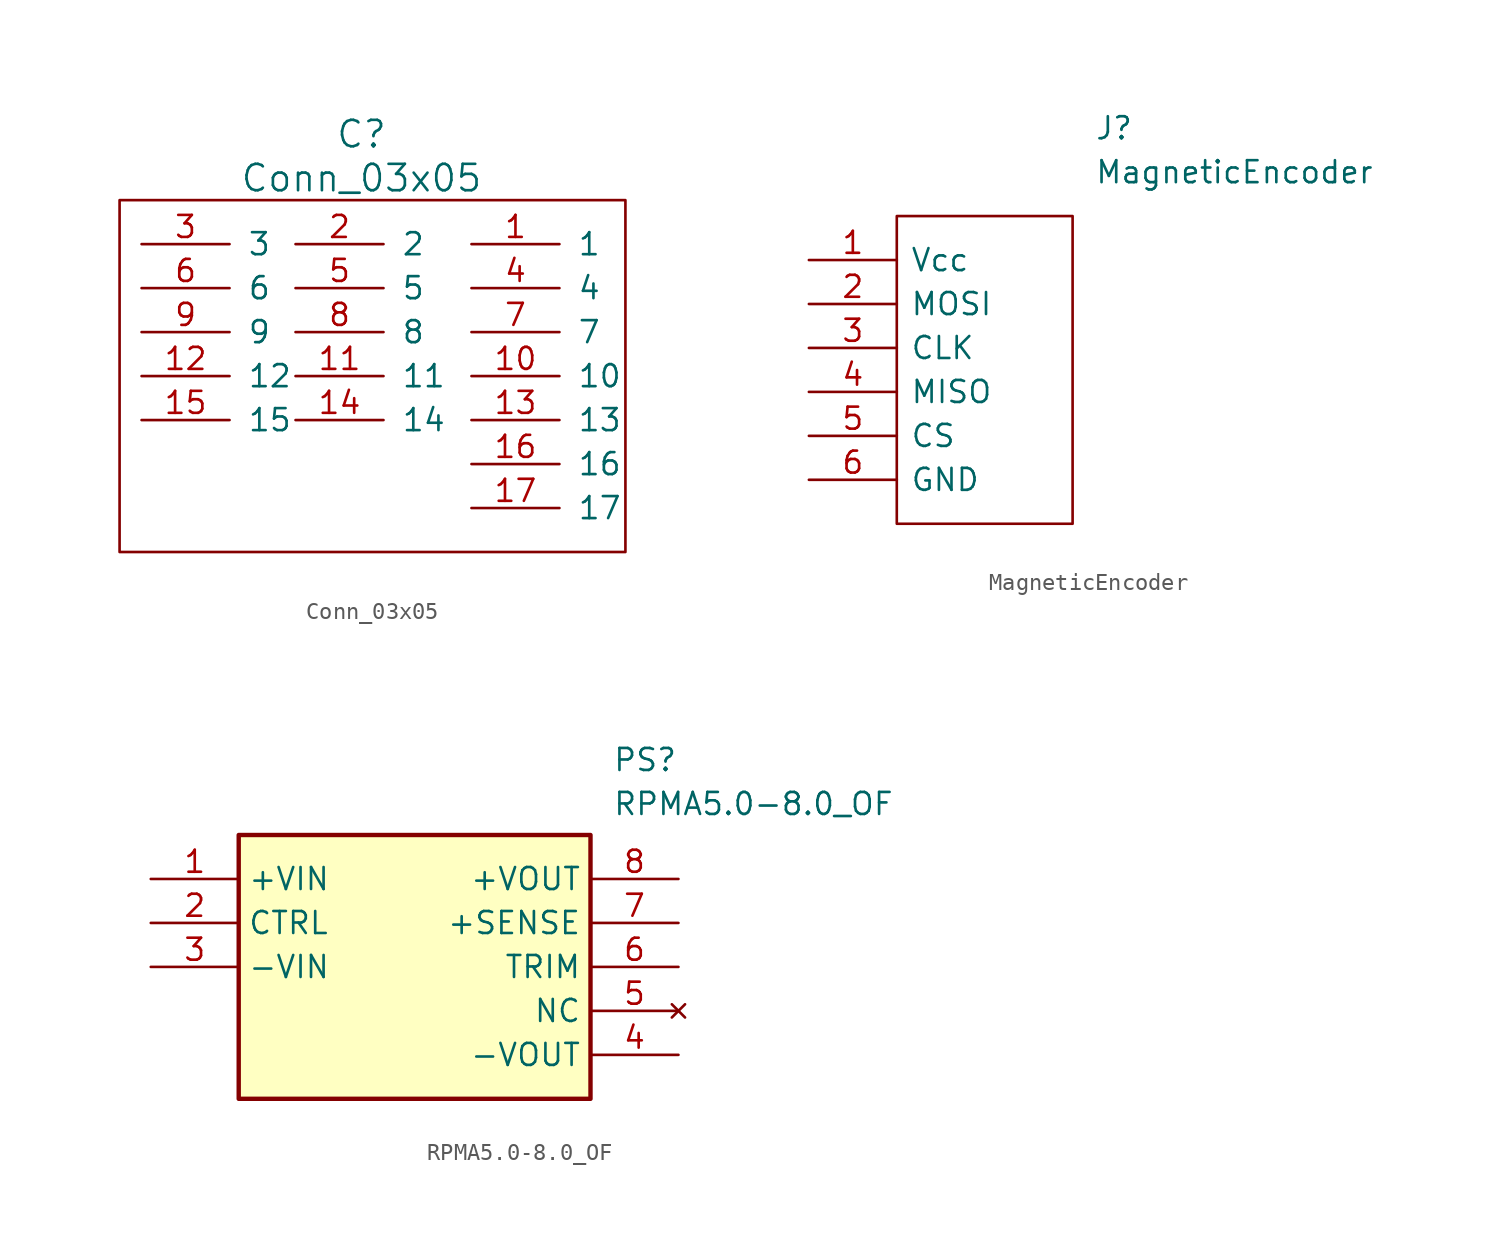
<source format=kicad_sym>
(kicad_symbol_lib
  (version 20211014)
  (generator kicad_symbol_editor)
  (symbol "Conn_03x05"
    (pin_names
      (offset 1.016))
    (property "Reference" "C"
      (at 0 2.54 0)
      (effects (font (size 1.524 1.524))))
    (property "Value" "Conn_03x05"
      (at 0 0 0)
      (effects (font (size 1.524 1.524))))
    (symbol "Conn_03x05_0_1"
      (rectangle (start -13.97 -1.27) (end 15.24 -21.59) (stroke (width 0) (type default) (color 0 0 0 0)) (fill (type none))))
    (symbol "Conn_03x05_1_1"
      (pin input line (at 6.35 -3.81 0) (length 5.08) (name "1" (effects (font (size 1.27 1.27)))) (number "1" (effects (font (size 1.27 1.27)))))
      (pin input line (at 6.35 -11.43 0) (length 5.08) (name "10" (effects (font (size 1.27 1.27)))) (number "10" (effects (font (size 1.27 1.27)))))
      (pin input line (at -3.81 -11.43 0) (length 5.08) (name "11" (effects (font (size 1.27 1.27)))) (number "11" (effects (font (size 1.27 1.27)))))
      (pin input line (at -12.7 -11.43 0) (length 5.08) (name "12" (effects (font (size 1.27 1.27)))) (number "12" (effects (font (size 1.27 1.27)))))
      (pin input line (at 6.35 -13.97 0) (length 5.08) (name "13" (effects (font (size 1.27 1.27)))) (number "13" (effects (font (size 1.27 1.27)))))
      (pin input line (at -3.81 -13.97 0) (length 5.08) (name "14" (effects (font (size 1.27 1.27)))) (number "14" (effects (font (size 1.27 1.27)))))
      (pin input line (at -12.7 -13.97 0) (length 5.08) (name "15" (effects (font (size 1.27 1.27)))) (number "15" (effects (font (size 1.27 1.27)))))
      (pin input line (at 6.35 -16.51 0) (length 5.08) (name "16" (effects (font (size 1.27 1.27)))) (number "16" (effects (font (size 1.27 1.27)))))
      (pin input line (at 6.35 -19.05 0) (length 5.08) (name "17" (effects (font (size 1.27 1.27)))) (number "17" (effects (font (size 1.27 1.27)))))
      (pin input line (at -3.81 -3.81 0) (length 5.08) (name "2" (effects (font (size 1.27 1.27)))) (number "2" (effects (font (size 1.27 1.27)))))
      (pin input line (at -12.7 -3.81 0) (length 5.08) (name "3" (effects (font (size 1.27 1.27)))) (number "3" (effects (font (size 1.27 1.27)))))
      (pin input line (at 6.35 -6.35 0) (length 5.08) (name "4" (effects (font (size 1.27 1.27)))) (number "4" (effects (font (size 1.27 1.27)))))
      (pin input line (at -3.81 -6.35 0) (length 5.08) (name "5" (effects (font (size 1.27 1.27)))) (number "5" (effects (font (size 1.27 1.27)))))
      (pin input line (at -12.7 -6.35 0) (length 5.08) (name "6" (effects (font (size 1.27 1.27)))) (number "6" (effects (font (size 1.27 1.27)))))
      (pin input line (at 6.35 -8.89 0) (length 5.08) (name "7" (effects (font (size 1.27 1.27)))) (number "7" (effects (font (size 1.27 1.27)))))
      (pin input line (at -3.81 -8.89 0) (length 5.08) (name "8" (effects (font (size 1.27 1.27)))) (number "8" (effects (font (size 1.27 1.27)))))
      (pin input line (at -12.7 -8.89 0) (length 5.08) (name "9" (effects (font (size 1.27 1.27)))) (number "9" (effects (font (size 1.27 1.27)))))))
  (symbol "MagneticEncoder"
    (pin_names
      (offset 0.762))
    (property "Reference" "J"
      (at 16.51 7.62 0)
      (effects (font (size 1.27 1.27)) (justify left)))
    (property "Value" "MagneticEncoder"
      (at 16.51 5.08 0)
      (effects (font (size 1.27 1.27)) (justify left)))
    (symbol "MagneticEncoder_0_0"
      (pin passive line (at 0 0 0) (length 5.08) (name "Vcc" (effects (font (size 1.27 1.27)))) (number "1" (effects (font (size 1.27 1.27)))))
      (pin passive line (at 0 -2.54 0) (length 5.08) (name "MOSI" (effects (font (size 1.27 1.27)))) (number "2" (effects (font (size 1.27 1.27)))))
      (pin passive line (at 0 -5.08 0) (length 5.08) (name "CLK" (effects (font (size 1.27 1.27)))) (number "3" (effects (font (size 1.27 1.27)))))
      (pin passive line (at 0 -7.62 0) (length 5.08) (name "MISO" (effects (font (size 1.27 1.27)))) (number "4" (effects (font (size 1.27 1.27)))))
      (pin passive line (at 0 -10.16 0) (length 5.08) (name "CS" (effects (font (size 1.27 1.27)))) (number "5" (effects (font (size 1.27 1.27)))))
      (pin passive line (at 0 -12.7 0) (length 5.08) (name "GND" (effects (font (size 1.27 1.27)))) (number "6" (effects (font (size 1.27 1.27))))))
    (symbol "MagneticEncoder_0_1"
      (polyline (pts (xy 5.08 2.54) (xy 15.24 2.54) (xy 15.24 -15.24) (xy 5.08 -15.24) (xy 5.08 2.54)) (stroke (width 0.152) (type default) (color 0 0 0 0)) (fill (type none)))))
  (symbol "RPMA5.0-8.0_OF"
    (property "Reference" "PS"
      (at 26.67 7.62 0)
      (effects (font (size 1.27 1.27)) (justify left top)))
    (property "Value" "RPMA5.0-8.0_OF"
      (at 26.67 5.08 0)
      (effects (font (size 1.27 1.27)) (justify left top)))
    (rectangle
      (start 5.08 2.54)
      (end 25.4 -12.7)
      (stroke (width 0.254) (type default))
      (fill (type background)))
    (pin passive line
      (at 0 0 0)
      (length 5.08)
      (name "+VIN" (effects (font (size 1.27 1.27))))
      (number "1" (effects (font (size 1.27 1.27)))))
    (pin passive line
      (at 0 -2.54 0)
      (length 5.08)
      (name "CTRL" (effects (font (size 1.27 1.27))))
      (number "2" (effects (font (size 1.27 1.27)))))
    (pin passive line
      (at 0 -5.08 0)
      (length 5.08)
      (name "-VIN" (effects (font (size 1.27 1.27))))
      (number "3" (effects (font (size 1.27 1.27)))))
    (pin passive line
      (at 30.48 -10.16 180)
      (length 5.08)
      (name "-VOUT" (effects (font (size 1.27 1.27))))
      (number "4" (effects (font (size 1.27 1.27)))))
    (pin no_connect line
      (at 30.48 -7.62 180)
      (length 5.08)
      (name "NC" (effects (font (size 1.27 1.27))))
      (number "5" (effects (font (size 1.27 1.27)))))
    (pin passive line
      (at 30.48 -5.08 180)
      (length 5.08)
      (name "TRIM" (effects (font (size 1.27 1.27))))
      (number "6" (effects (font (size 1.27 1.27)))))
    (pin passive line
      (at 30.48 -2.54 180)
      (length 5.08)
      (name "+SENSE" (effects (font (size 1.27 1.27))))
      (number "7" (effects (font (size 1.27 1.27)))))
    (pin passive line
      (at 30.48 0 180)
      (length 5.08)
      (name "+VOUT" (effects (font (size 1.27 1.27))))
      (number "8" (effects (font (size 1.27 1.27)))))))
</source>
